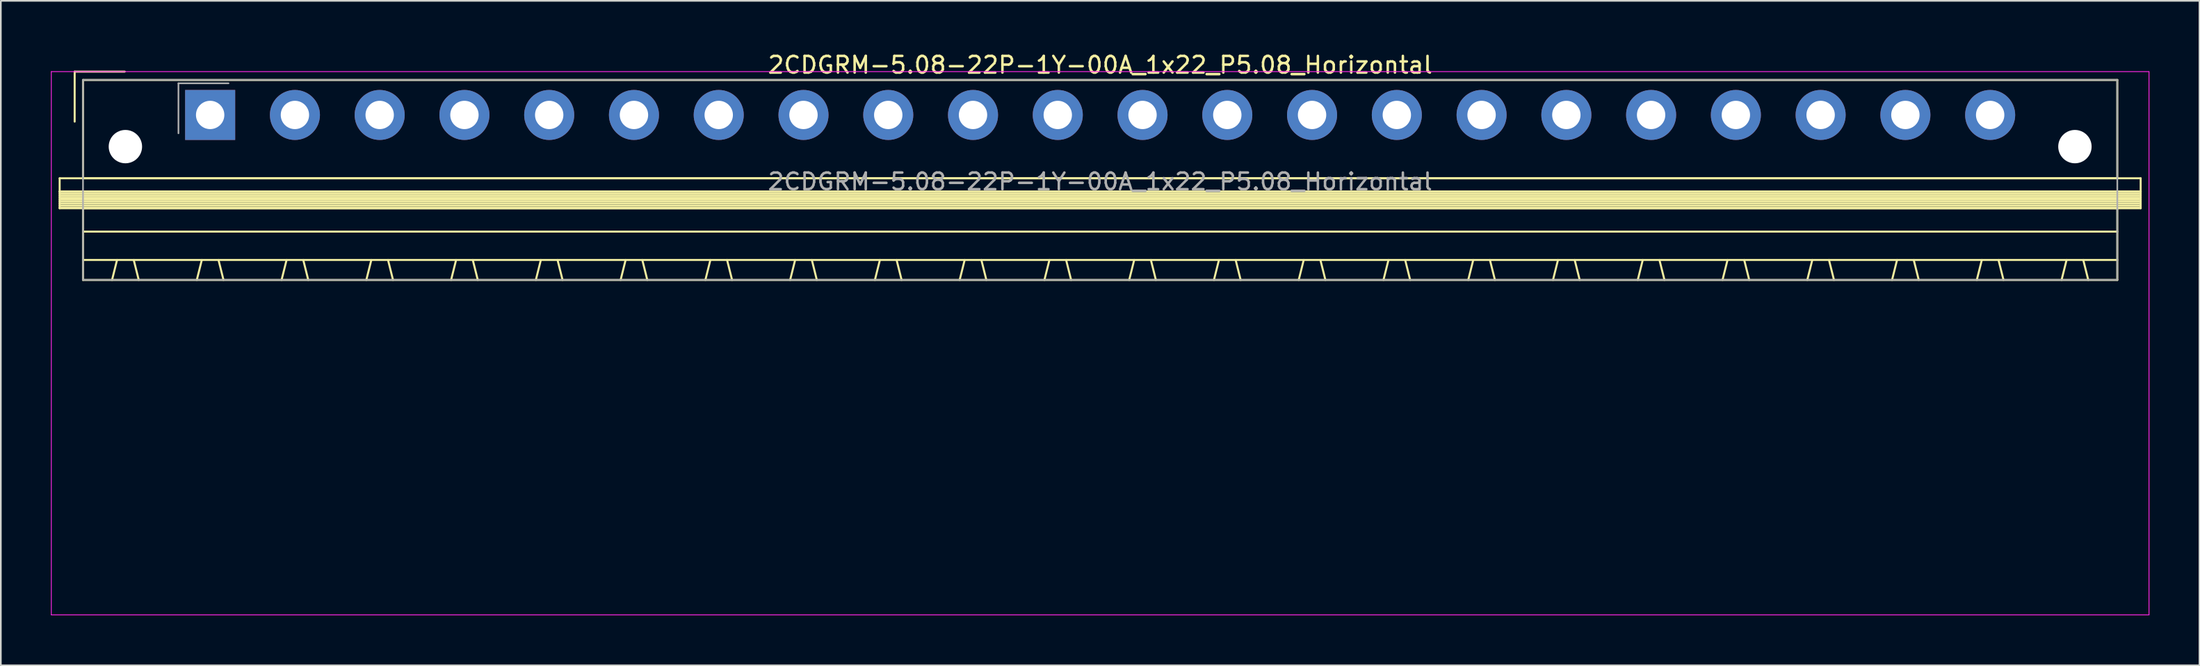
<source format=kicad_pcb>
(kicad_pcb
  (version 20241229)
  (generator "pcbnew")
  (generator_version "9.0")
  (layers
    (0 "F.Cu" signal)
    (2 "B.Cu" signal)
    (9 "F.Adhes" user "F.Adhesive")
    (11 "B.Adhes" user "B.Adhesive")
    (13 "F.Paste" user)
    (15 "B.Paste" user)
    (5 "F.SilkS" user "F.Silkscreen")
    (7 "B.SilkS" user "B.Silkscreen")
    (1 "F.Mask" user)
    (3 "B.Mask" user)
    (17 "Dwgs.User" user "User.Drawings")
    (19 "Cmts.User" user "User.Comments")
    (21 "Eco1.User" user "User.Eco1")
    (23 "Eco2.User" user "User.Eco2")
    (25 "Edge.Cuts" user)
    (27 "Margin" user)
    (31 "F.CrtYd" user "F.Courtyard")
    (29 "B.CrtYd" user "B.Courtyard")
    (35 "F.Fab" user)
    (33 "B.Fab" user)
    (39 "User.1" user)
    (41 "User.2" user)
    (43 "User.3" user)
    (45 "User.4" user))
  (footprint "2CDGRM-5.08-22P-1Y-00A_1x22_P5.08_Horizontal"
    (layer "F.Cu")
    (at 9.545 3.848)
    (property "Reference" "2CDGRM-5.08-22P-1Y-00A_1x22_P5.08_Horizontal" (at 53.34 -3 0) (layer "F.SilkS") (effects (font (size 1 1) (thickness 0.15))))
    (attr through_hole)
    (fp_line (start -9.02 3.8) (end -9.02 4.6) (stroke (width 0.12) (type solid)) (layer "F.SilkS"))
    (fp_line (start -9.02 4.6) (end -9.02 5.6) (stroke (width 0.12) (type solid)) (layer "F.SilkS"))
    (fp_line (start -9.02 4.6) (end 115.7 4.6) (stroke (width 0.12) (type solid)) (layer "F.SilkS"))
    (fp_line (start -9.02 4.72) (end 115.7 4.72) (stroke (width 0.12) (type solid)) (layer "F.SilkS"))
    (fp_line (start -9.02 4.84) (end 115.7 4.84) (stroke (width 0.12) (type solid)) (layer "F.SilkS"))
    (fp_line (start -9.02 4.96) (end 115.7 4.96) (stroke (width 0.12) (type solid)) (layer "F.SilkS"))
    (fp_line (start -9.02 5.08) (end 115.7 5.08) (stroke (width 0.12) (type solid)) (layer "F.SilkS"))
    (fp_line (start -9.02 5.2) (end 115.7 5.2) (stroke (width 0.12) (type solid)) (layer "F.SilkS"))
    (fp_line (start -9.02 5.32) (end 115.7 5.32) (stroke (width 0.12) (type solid)) (layer "F.SilkS"))
    (fp_line (start -9.02 5.44) (end 115.7 5.44) (stroke (width 0.12) (type solid)) (layer "F.SilkS"))
    (fp_line (start -9.02 5.56) (end 115.7 5.56) (stroke (width 0.12) (type solid)) (layer "F.SilkS"))
    (fp_line (start -9.02 5.6) (end 115.7 5.6) (stroke (width 0.12) (type solid)) (layer "F.SilkS"))
    (fp_line (start -8.12 -2.6) (end -8.12 0.4) (stroke (width 0.12) (type solid)) (layer "F.SilkS"))
    (fp_line (start -8.12 -2.6) (end -5.12 -2.6) (stroke (width 0.12) (type solid)) (layer "F.SilkS"))
    (fp_line (start -7.62 -2.1) (end -7.62 3.8) (stroke (width 0.12) (type solid)) (layer "F.SilkS"))
    (fp_line (start -7.62 3.8) (end 114.3 3.8) (stroke (width 0.12) (type solid)) (layer "F.SilkS"))
    (fp_line (start -7.62 5.6) (end -7.62 9.9) (stroke (width 0.12) (type solid)) (layer "F.SilkS"))
    (fp_line (start -7.62 7) (end 114.3 7) (stroke (width 0.12) (type solid)) (layer "F.SilkS"))
    (fp_line (start -7.62 8.7) (end 114.3 8.7) (stroke (width 0.12) (type solid)) (layer "F.SilkS"))
    (fp_line (start -7.62 9.9) (end 114.3 9.9) (stroke (width 0.12) (type solid)) (layer "F.SilkS"))
    (fp_line (start -5.58 8.7) (end -5.88 9.9) (stroke (width 0.12) (type solid)) (layer "F.SilkS"))
    (fp_line (start -4.58 8.7) (end -4.28 9.9) (stroke (width 0.12) (type solid)) (layer "F.SilkS"))
    (fp_line (start -0.5 8.7) (end -0.8 9.9) (stroke (width 0.12) (type solid)) (layer "F.SilkS"))
    (fp_line (start 0.5 8.7) (end 0.8 9.9) (stroke (width 0.12) (type solid)) (layer "F.SilkS"))
    (fp_line (start 4.58 8.7) (end 4.28 9.9) (stroke (width 0.12) (type solid)) (layer "F.SilkS"))
    (fp_line (start 5.58 8.7) (end 5.88 9.9) (stroke (width 0.12) (type solid)) (layer "F.SilkS"))
    (fp_line (start 9.66 8.7) (end 9.36 9.9) (stroke (width 0.12) (type solid)) (layer "F.SilkS"))
    (fp_line (start 10.66 8.7) (end 10.96 9.9) (stroke (width 0.12) (type solid)) (layer "F.SilkS"))
    (fp_line (start 14.74 8.7) (end 14.44 9.9) (stroke (width 0.12) (type solid)) (layer "F.SilkS"))
    (fp_line (start 15.74 8.7) (end 16.04 9.9) (stroke (width 0.12) (type solid)) (layer "F.SilkS"))
    (fp_line (start 19.82 8.7) (end 19.52 9.9) (stroke (width 0.12) (type solid)) (layer "F.SilkS"))
    (fp_line (start 20.82 8.7) (end 21.12 9.9) (stroke (width 0.12) (type solid)) (layer "F.SilkS"))
    (fp_line (start 24.9 8.7) (end 24.6 9.9) (stroke (width 0.12) (type solid)) (layer "F.SilkS"))
    (fp_line (start 25.9 8.7) (end 26.2 9.9) (stroke (width 0.12) (type solid)) (layer "F.SilkS"))
    (fp_line (start 29.98 8.7) (end 29.68 9.9) (stroke (width 0.12) (type solid)) (layer "F.SilkS"))
    (fp_line (start 30.98 8.7) (end 31.28 9.9) (stroke (width 0.12) (type solid)) (layer "F.SilkS"))
    (fp_line (start 35.06 8.7) (end 34.76 9.9) (stroke (width 0.12) (type solid)) (layer "F.SilkS"))
    (fp_line (start 36.06 8.7) (end 36.36 9.9) (stroke (width 0.12) (type solid)) (layer "F.SilkS"))
    (fp_line (start 40.14 8.7) (end 39.84 9.9) (stroke (width 0.12) (type solid)) (layer "F.SilkS"))
    (fp_line (start 41.14 8.7) (end 41.44 9.9) (stroke (width 0.12) (type solid)) (layer "F.SilkS"))
    (fp_line (start 45.22 8.7) (end 44.92 9.9) (stroke (width 0.12) (type solid)) (layer "F.SilkS"))
    (fp_line (start 46.22 8.7) (end 46.52 9.9) (stroke (width 0.12) (type solid)) (layer "F.SilkS"))
    (fp_line (start 50.3 8.7) (end 50 9.9) (stroke (width 0.12) (type solid)) (layer "F.SilkS"))
    (fp_line (start 51.3 8.7) (end 51.6 9.9) (stroke (width 0.12) (type solid)) (layer "F.SilkS"))
    (fp_line (start 55.38 8.7) (end 55.08 9.9) (stroke (width 0.12) (type solid)) (layer "F.SilkS"))
    (fp_line (start 56.38 8.7) (end 56.68 9.9) (stroke (width 0.12) (type solid)) (layer "F.SilkS"))
    (fp_line (start 60.46 8.7) (end 60.16 9.9) (stroke (width 0.12) (type solid)) (layer "F.SilkS"))
    (fp_line (start 61.46 8.7) (end 61.76 9.9) (stroke (width 0.12) (type solid)) (layer "F.SilkS"))
    (fp_line (start 65.54 8.7) (end 65.24 9.9) (stroke (width 0.12) (type solid)) (layer "F.SilkS"))
    (fp_line (start 66.54 8.7) (end 66.84 9.9) (stroke (width 0.12) (type solid)) (layer "F.SilkS"))
    (fp_line (start 70.62 8.7) (end 70.32 9.9) (stroke (width 0.12) (type solid)) (layer "F.SilkS"))
    (fp_line (start 71.62 8.7) (end 71.92 9.9) (stroke (width 0.12) (type solid)) (layer "F.SilkS"))
    (fp_line (start 75.7 8.7) (end 75.4 9.9) (stroke (width 0.12) (type solid)) (layer "F.SilkS"))
    (fp_line (start 76.7 8.7) (end 77 9.9) (stroke (width 0.12) (type solid)) (layer "F.SilkS"))
    (fp_line (start 80.78 8.7) (end 80.48 9.9) (stroke (width 0.12) (type solid)) (layer "F.SilkS"))
    (fp_line (start 81.78 8.7) (end 82.08 9.9) (stroke (width 0.12) (type solid)) (layer "F.SilkS"))
    (fp_line (start 85.86 8.7) (end 85.56 9.9) (stroke (width 0.12) (type solid)) (layer "F.SilkS"))
    (fp_line (start 86.86 8.7) (end 87.16 9.9) (stroke (width 0.12) (type solid)) (layer "F.SilkS"))
    (fp_line (start 90.94 8.7) (end 90.64 9.9) (stroke (width 0.12) (type solid)) (layer "F.SilkS"))
    (fp_line (start 91.94 8.7) (end 92.24 9.9) (stroke (width 0.12) (type solid)) (layer "F.SilkS"))
    (fp_line (start 96.02 8.7) (end 95.72 9.9) (stroke (width 0.12) (type solid)) (layer "F.SilkS"))
    (fp_line (start 97.02 8.7) (end 97.32 9.9) (stroke (width 0.12) (type solid)) (layer "F.SilkS"))
    (fp_line (start 101.1 8.7) (end 100.8 9.9) (stroke (width 0.12) (type solid)) (layer "F.SilkS"))
    (fp_line (start 102.1 8.7) (end 102.4 9.9) (stroke (width 0.12) (type solid)) (layer "F.SilkS"))
    (fp_line (start 106.18 8.7) (end 105.88 9.9) (stroke (width 0.12) (type solid)) (layer "F.SilkS"))
    (fp_line (start 107.18 8.7) (end 107.48 9.9) (stroke (width 0.12) (type solid)) (layer "F.SilkS"))
    (fp_line (start 111.26 8.7) (end 110.96 9.9) (stroke (width 0.12) (type solid)) (layer "F.SilkS"))
    (fp_line (start 112.26 8.7) (end 112.56 9.9) (stroke (width 0.12) (type solid)) (layer "F.SilkS"))
    (fp_line (start 114.3 -2.1) (end -7.62 -2.1) (stroke (width 0.12) (type solid)) (layer "F.SilkS"))
    (fp_line (start 114.3 3.8) (end 114.3 -2.1) (stroke (width 0.12) (type solid)) (layer "F.SilkS"))
    (fp_line (start 114.3 5.6) (end -7.62 5.6) (stroke (width 0.12) (type solid)) (layer "F.SilkS"))
    (fp_line (start 114.3 9.9) (end 114.3 5.6) (stroke (width 0.12) (type solid)) (layer "F.SilkS"))
    (fp_line (start 115.7 3.8) (end -9.02 3.8) (stroke (width 0.12) (type solid)) (layer "F.SilkS"))
    (fp_line (start 115.7 4.6) (end -9.02 4.6) (stroke (width 0.12) (type solid)) (layer "F.SilkS"))
    (fp_line (start 115.7 4.6) (end 115.7 3.8) (stroke (width 0.12) (type solid)) (layer "F.SilkS"))
    (fp_line (start 115.7 5.6) (end 115.7 4.6) (stroke (width 0.12) (type solid)) (layer "F.SilkS"))
    (fp_line (start -9.52 -2.6) (end -9.52 30) (stroke (width 0.05) (type solid)) (layer "F.CrtYd"))
    (fp_line (start -9.52 30) (end 116.2 30) (stroke (width 0.05) (type solid)) (layer "F.CrtYd"))
    (fp_line (start 116.2 -2.6) (end -9.52 -2.6) (stroke (width 0.05) (type solid)) (layer "F.CrtYd"))
    (fp_line (start 116.2 30) (end 116.2 -2.6) (stroke (width 0.05) (type solid)) (layer "F.CrtYd"))
    (fp_line (start -7.62 -2.1) (end -7.62 9.9) (stroke (width 0.1) (type solid)) (layer "F.Fab"))
    (fp_line (start -7.62 9.9) (end 114.3 9.9) (stroke (width 0.1) (type solid)) (layer "F.Fab"))
    (fp_line (start -1.9 -1.9) (end -1.9 1.1) (stroke (width 0.1) (type solid)) (layer "F.Fab"))
    (fp_line (start -1.9 -1.9) (end 1.1 -1.9) (stroke (width 0.1) (type solid)) (layer "F.Fab"))
    (fp_line (start 114.3 -2.1) (end -7.62 -2.1) (stroke (width 0.1) (type solid)) (layer "F.Fab"))
    (fp_line (start 114.3 9.9) (end 114.3 -2.1) (stroke (width 0.1) (type solid)) (layer "F.Fab"))
    (fp_text user "${REFERENCE}" (at 53.34 4 0) (layer "F.Fab") (effects (font (size 1 1) (thickness 0.15))))
    (pad "" np_thru_hole circle (at -5.08 1.9) (size 2 2) (drill 2) (layers "*.Cu" "*.Mask"))
    (pad "" np_thru_hole circle (at 111.76 1.9) (size 2 2) (drill 2) (layers "*.Cu" "*.Mask"))
    (pad "1" thru_hole rect (at 0 0) (size 3 3) (drill 1.7) (layers "*.Cu" "*.Mask"))
    (pad "2" thru_hole circle (at 5.08 0) (size 3 3) (drill 1.7) (layers "*.Cu" "*.Mask"))
    (pad "3" thru_hole circle (at 10.16 0) (size 3 3) (drill 1.7) (layers "*.Cu" "*.Mask"))
    (pad "4" thru_hole circle (at 15.24 0) (size 3 3) (drill 1.7) (layers "*.Cu" "*.Mask"))
    (pad "5" thru_hole circle (at 20.32 0) (size 3 3) (drill 1.7) (layers "*.Cu" "*.Mask"))
    (pad "6" thru_hole circle (at 25.4 0) (size 3 3) (drill 1.7) (layers "*.Cu" "*.Mask"))
    (pad "7" thru_hole circle (at 30.48 0) (size 3 3) (drill 1.7) (layers "*.Cu" "*.Mask"))
    (pad "8" thru_hole circle (at 35.56 0) (size 3 3) (drill 1.7) (layers "*.Cu" "*.Mask"))
    (pad "9" thru_hole circle (at 40.64 0) (size 3 3) (drill 1.7) (layers "*.Cu" "*.Mask"))
    (pad "10" thru_hole circle (at 45.72 0) (size 3 3) (drill 1.7) (layers "*.Cu" "*.Mask"))
    (pad "11" thru_hole circle (at 50.8 0) (size 3 3) (drill 1.7) (layers "*.Cu" "*.Mask"))
    (pad "12" thru_hole circle (at 55.88 0) (size 3 3) (drill 1.7) (layers "*.Cu" "*.Mask"))
    (pad "13" thru_hole circle (at 60.96 0) (size 3 3) (drill 1.7) (layers "*.Cu" "*.Mask"))
    (pad "14" thru_hole circle (at 66.04 0) (size 3 3) (drill 1.7) (layers "*.Cu" "*.Mask"))
    (pad "15" thru_hole circle (at 71.12 0) (size 3 3) (drill 1.7) (layers "*.Cu" "*.Mask"))
    (pad "16" thru_hole circle (at 76.2 0) (size 3 3) (drill 1.7) (layers "*.Cu" "*.Mask"))
    (pad "17" thru_hole circle (at 81.28 0) (size 3 3) (drill 1.7) (layers "*.Cu" "*.Mask"))
    (pad "18" thru_hole circle (at 86.36 0) (size 3 3) (drill 1.7) (layers "*.Cu" "*.Mask"))
    (pad "19" thru_hole circle (at 91.44 0) (size 3 3) (drill 1.7) (layers "*.Cu" "*.Mask"))
    (pad "20" thru_hole circle (at 96.52 0) (size 3 3) (drill 1.7) (layers "*.Cu" "*.Mask"))
    (pad "21" thru_hole circle (at 101.6 0) (size 3 3) (drill 1.7) (layers "*.Cu" "*.Mask"))
    (pad "22" thru_hole circle (at 106.68 0) (size 3 3) (drill 1.7) (layers "*.Cu" "*.Mask")))
  (gr_rect
    (start -3 -3)
    (end 128.77 36.873)
    (stroke (width 0.1) (type default))
    (fill no)
    (layer "Edge.Cuts")))
</source>
